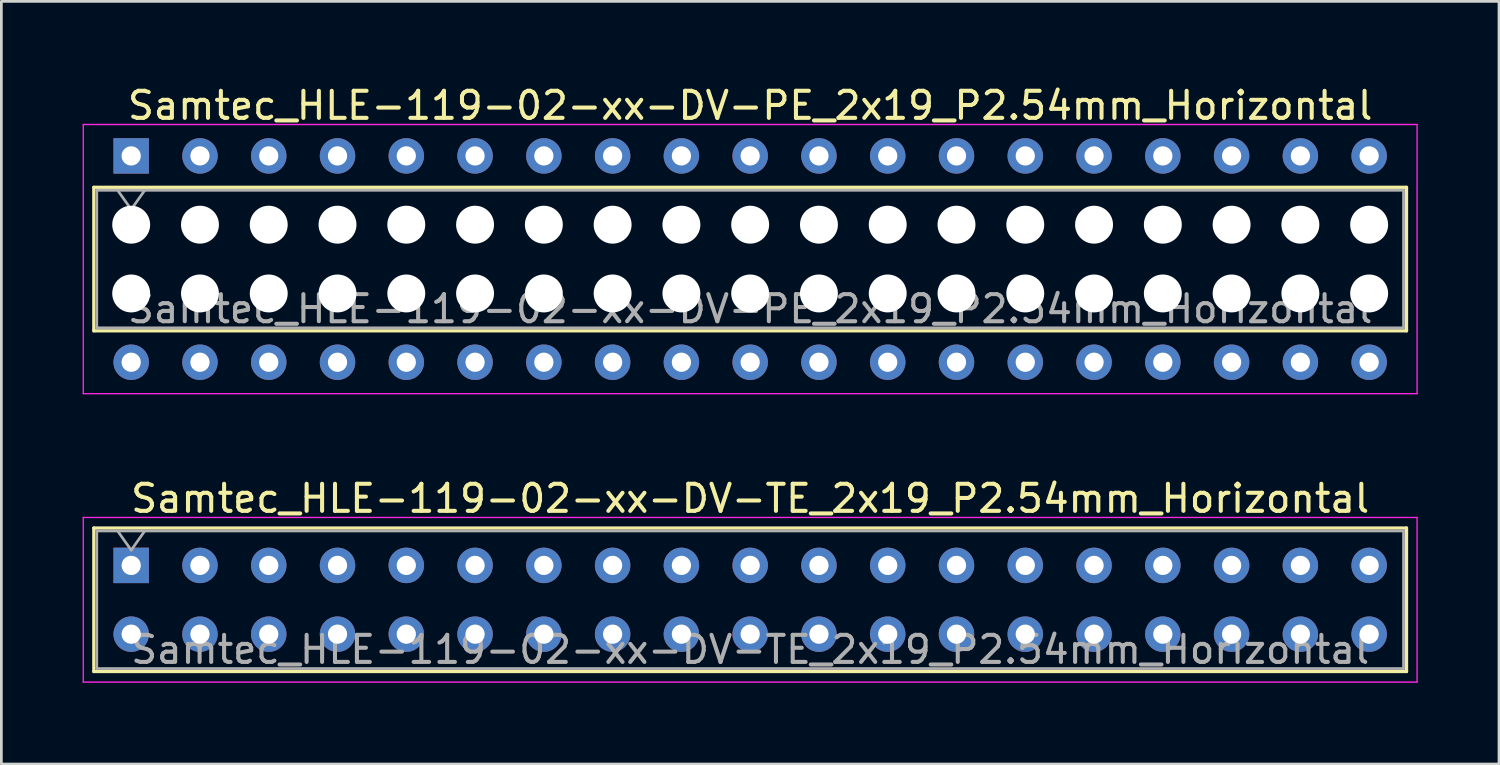
<source format=kicad_pcb>
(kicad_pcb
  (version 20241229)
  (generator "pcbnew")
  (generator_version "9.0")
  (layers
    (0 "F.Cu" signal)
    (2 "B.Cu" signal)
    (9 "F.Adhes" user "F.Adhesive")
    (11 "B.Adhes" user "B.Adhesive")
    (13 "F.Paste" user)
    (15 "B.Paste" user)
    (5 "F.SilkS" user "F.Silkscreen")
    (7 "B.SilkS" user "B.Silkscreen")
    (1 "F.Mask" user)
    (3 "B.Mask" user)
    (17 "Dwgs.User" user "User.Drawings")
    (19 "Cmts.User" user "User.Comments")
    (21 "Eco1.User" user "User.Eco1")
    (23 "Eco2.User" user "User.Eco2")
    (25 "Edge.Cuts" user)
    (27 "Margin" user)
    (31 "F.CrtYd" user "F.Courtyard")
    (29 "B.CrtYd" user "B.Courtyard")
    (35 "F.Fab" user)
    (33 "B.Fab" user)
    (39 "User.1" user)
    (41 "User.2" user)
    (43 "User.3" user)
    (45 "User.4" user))
  (footprint "Samtec_HLE-119-02-xx-DV-PE_2x19_P2.54mm_Horizontal"
    (layer "F.Cu")
    (at 1.795 2.708)
    (property "Reference" "Samtec_HLE-119-02-xx-DV-PE_2x19_P2.54mm_Horizontal" (at 22.86 -1.86 0) (layer "F.SilkS") (effects (font (size 1 1) (thickness 0.15))))
    (attr through_hole)
    (fp_line (start -1.38 1.16) (end 47.1 1.16) (stroke (width 0.12) (type solid)) (layer "F.SilkS"))
    (fp_line (start -1.38 6.46) (end -1.38 1.16) (stroke (width 0.12) (type solid)) (layer "F.SilkS"))
    (fp_line (start 47.1 1.16) (end 47.1 6.46) (stroke (width 0.12) (type solid)) (layer "F.SilkS"))
    (fp_line (start 47.1 6.46) (end -1.38 6.46) (stroke (width 0.12) (type solid)) (layer "F.SilkS"))
    (fp_line (start -1.77 -1.16) (end 47.49 -1.16) (stroke (width 0.05) (type solid)) (layer "F.CrtYd"))
    (fp_line (start -1.77 8.78) (end -1.77 -1.16) (stroke (width 0.05) (type solid)) (layer "F.CrtYd"))
    (fp_line (start 47.49 -1.16) (end 47.49 8.78) (stroke (width 0.05) (type solid)) (layer "F.CrtYd"))
    (fp_line (start 47.49 8.78) (end -1.77 8.78) (stroke (width 0.05) (type solid)) (layer "F.CrtYd"))
    (fp_line (start -1.27 1.27) (end 46.99 1.27) (stroke (width 0.1) (type solid)) (layer "F.Fab"))
    (fp_line (start -1.27 6.35) (end -1.27 1.27) (stroke (width 0.1) (type solid)) (layer "F.Fab"))
    (fp_line (start -0.5 1.27) (end 0 1.977) (stroke (width 0.1) (type solid)) (layer "F.Fab"))
    (fp_line (start 0 1.977) (end 0.5 1.27) (stroke (width 0.1) (type solid)) (layer "F.Fab"))
    (fp_line (start 46.99 1.27) (end 46.99 6.35) (stroke (width 0.1) (type solid)) (layer "F.Fab"))
    (fp_line (start 46.99 6.35) (end -1.27 6.35) (stroke (width 0.1) (type solid)) (layer "F.Fab"))
    (fp_text user "${REFERENCE}" (at 22.86 5.65 0) (layer "F.Fab") (effects (font (size 1 1) (thickness 0.15))))
    (pad "" np_thru_hole circle (at 0 2.54) (size 1.4 1.4) (drill 1.4) (layers "*.Cu" "*.Mask"))
    (pad "" np_thru_hole circle (at 0 5.08) (size 1.4 1.4) (drill 1.4) (layers "*.Cu" "*.Mask"))
    (pad "" np_thru_hole circle (at 2.54 2.54) (size 1.4 1.4) (drill 1.4) (layers "*.Cu" "*.Mask"))
    (pad "" np_thru_hole circle (at 2.54 5.08) (size 1.4 1.4) (drill 1.4) (layers "*.Cu" "*.Mask"))
    (pad "" np_thru_hole circle (at 5.08 2.54) (size 1.4 1.4) (drill 1.4) (layers "*.Cu" "*.Mask"))
    (pad "" np_thru_hole circle (at 5.08 5.08) (size 1.4 1.4) (drill 1.4) (layers "*.Cu" "*.Mask"))
    (pad "" np_thru_hole circle (at 7.62 2.54) (size 1.4 1.4) (drill 1.4) (layers "*.Cu" "*.Mask"))
    (pad "" np_thru_hole circle (at 7.62 5.08) (size 1.4 1.4) (drill 1.4) (layers "*.Cu" "*.Mask"))
    (pad "" np_thru_hole circle (at 10.16 2.54) (size 1.4 1.4) (drill 1.4) (layers "*.Cu" "*.Mask"))
    (pad "" np_thru_hole circle (at 10.16 5.08) (size 1.4 1.4) (drill 1.4) (layers "*.Cu" "*.Mask"))
    (pad "" np_thru_hole circle (at 12.7 2.54) (size 1.4 1.4) (drill 1.4) (layers "*.Cu" "*.Mask"))
    (pad "" np_thru_hole circle (at 12.7 5.08) (size 1.4 1.4) (drill 1.4) (layers "*.Cu" "*.Mask"))
    (pad "" np_thru_hole circle (at 15.24 2.54) (size 1.4 1.4) (drill 1.4) (layers "*.Cu" "*.Mask"))
    (pad "" np_thru_hole circle (at 15.24 5.08) (size 1.4 1.4) (drill 1.4) (layers "*.Cu" "*.Mask"))
    (pad "" np_thru_hole circle (at 17.78 2.54) (size 1.4 1.4) (drill 1.4) (layers "*.Cu" "*.Mask"))
    (pad "" np_thru_hole circle (at 17.78 5.08) (size 1.4 1.4) (drill 1.4) (layers "*.Cu" "*.Mask"))
    (pad "" np_thru_hole circle (at 20.32 2.54) (size 1.4 1.4) (drill 1.4) (layers "*.Cu" "*.Mask"))
    (pad "" np_thru_hole circle (at 20.32 5.08) (size 1.4 1.4) (drill 1.4) (layers "*.Cu" "*.Mask"))
    (pad "" np_thru_hole circle (at 22.86 2.54) (size 1.4 1.4) (drill 1.4) (layers "*.Cu" "*.Mask"))
    (pad "" np_thru_hole circle (at 22.86 5.08) (size 1.4 1.4) (drill 1.4) (layers "*.Cu" "*.Mask"))
    (pad "" np_thru_hole circle (at 25.4 2.54) (size 1.4 1.4) (drill 1.4) (layers "*.Cu" "*.Mask"))
    (pad "" np_thru_hole circle (at 25.4 5.08) (size 1.4 1.4) (drill 1.4) (layers "*.Cu" "*.Mask"))
    (pad "" np_thru_hole circle (at 27.94 2.54) (size 1.4 1.4) (drill 1.4) (layers "*.Cu" "*.Mask"))
    (pad "" np_thru_hole circle (at 27.94 5.08) (size 1.4 1.4) (drill 1.4) (layers "*.Cu" "*.Mask"))
    (pad "" np_thru_hole circle (at 30.48 2.54) (size 1.4 1.4) (drill 1.4) (layers "*.Cu" "*.Mask"))
    (pad "" np_thru_hole circle (at 30.48 5.08) (size 1.4 1.4) (drill 1.4) (layers "*.Cu" "*.Mask"))
    (pad "" np_thru_hole circle (at 33.02 2.54) (size 1.4 1.4) (drill 1.4) (layers "*.Cu" "*.Mask"))
    (pad "" np_thru_hole circle (at 33.02 5.08) (size 1.4 1.4) (drill 1.4) (layers "*.Cu" "*.Mask"))
    (pad "" np_thru_hole circle (at 35.56 2.54) (size 1.4 1.4) (drill 1.4) (layers "*.Cu" "*.Mask"))
    (pad "" np_thru_hole circle (at 35.56 5.08) (size 1.4 1.4) (drill 1.4) (layers "*.Cu" "*.Mask"))
    (pad "" np_thru_hole circle (at 38.1 2.54) (size 1.4 1.4) (drill 1.4) (layers "*.Cu" "*.Mask"))
    (pad "" np_thru_hole circle (at 38.1 5.08) (size 1.4 1.4) (drill 1.4) (layers "*.Cu" "*.Mask"))
    (pad "" np_thru_hole circle (at 40.64 2.54) (size 1.4 1.4) (drill 1.4) (layers "*.Cu" "*.Mask"))
    (pad "" np_thru_hole circle (at 40.64 5.08) (size 1.4 1.4) (drill 1.4) (layers "*.Cu" "*.Mask"))
    (pad "" np_thru_hole circle (at 43.18 2.54) (size 1.4 1.4) (drill 1.4) (layers "*.Cu" "*.Mask"))
    (pad "" np_thru_hole circle (at 43.18 5.08) (size 1.4 1.4) (drill 1.4) (layers "*.Cu" "*.Mask"))
    (pad "" np_thru_hole circle (at 45.72 2.54) (size 1.4 1.4) (drill 1.4) (layers "*.Cu" "*.Mask"))
    (pad "" np_thru_hole circle (at 45.72 5.08) (size 1.4 1.4) (drill 1.4) (layers "*.Cu" "*.Mask"))
    (pad "1" thru_hole rect (at 0 0) (size 1.31 1.31) (drill 0.71) (layers "*.Cu" "*.Mask"))
    (pad "2" thru_hole circle (at 0 7.62) (size 1.31 1.31) (drill 0.71) (layers "*.Cu" "*.Mask"))
    (pad "3" thru_hole circle (at 2.54 0) (size 1.31 1.31) (drill 0.71) (layers "*.Cu" "*.Mask"))
    (pad "4" thru_hole circle (at 2.54 7.62) (size 1.31 1.31) (drill 0.71) (layers "*.Cu" "*.Mask"))
    (pad "5" thru_hole circle (at 5.08 0) (size 1.31 1.31) (drill 0.71) (layers "*.Cu" "*.Mask"))
    (pad "6" thru_hole circle (at 5.08 7.62) (size 1.31 1.31) (drill 0.71) (layers "*.Cu" "*.Mask"))
    (pad "7" thru_hole circle (at 7.62 0) (size 1.31 1.31) (drill 0.71) (layers "*.Cu" "*.Mask"))
    (pad "8" thru_hole circle (at 7.62 7.62) (size 1.31 1.31) (drill 0.71) (layers "*.Cu" "*.Mask"))
    (pad "9" thru_hole circle (at 10.16 0) (size 1.31 1.31) (drill 0.71) (layers "*.Cu" "*.Mask"))
    (pad "10" thru_hole circle (at 10.16 7.62) (size 1.31 1.31) (drill 0.71) (layers "*.Cu" "*.Mask"))
    (pad "11" thru_hole circle (at 12.7 0) (size 1.31 1.31) (drill 0.71) (layers "*.Cu" "*.Mask"))
    (pad "12" thru_hole circle (at 12.7 7.62) (size 1.31 1.31) (drill 0.71) (layers "*.Cu" "*.Mask"))
    (pad "13" thru_hole circle (at 15.24 0) (size 1.31 1.31) (drill 0.71) (layers "*.Cu" "*.Mask"))
    (pad "14" thru_hole circle (at 15.24 7.62) (size 1.31 1.31) (drill 0.71) (layers "*.Cu" "*.Mask"))
    (pad "15" thru_hole circle (at 17.78 0) (size 1.31 1.31) (drill 0.71) (layers "*.Cu" "*.Mask"))
    (pad "16" thru_hole circle (at 17.78 7.62) (size 1.31 1.31) (drill 0.71) (layers "*.Cu" "*.Mask"))
    (pad "17" thru_hole circle (at 20.32 0) (size 1.31 1.31) (drill 0.71) (layers "*.Cu" "*.Mask"))
    (pad "18" thru_hole circle (at 20.32 7.62) (size 1.31 1.31) (drill 0.71) (layers "*.Cu" "*.Mask"))
    (pad "19" thru_hole circle (at 22.86 0) (size 1.31 1.31) (drill 0.71) (layers "*.Cu" "*.Mask"))
    (pad "20" thru_hole circle (at 22.86 7.62) (size 1.31 1.31) (drill 0.71) (layers "*.Cu" "*.Mask"))
    (pad "21" thru_hole circle (at 25.4 0) (size 1.31 1.31) (drill 0.71) (layers "*.Cu" "*.Mask"))
    (pad "22" thru_hole circle (at 25.4 7.62) (size 1.31 1.31) (drill 0.71) (layers "*.Cu" "*.Mask"))
    (pad "23" thru_hole circle (at 27.94 0) (size 1.31 1.31) (drill 0.71) (layers "*.Cu" "*.Mask"))
    (pad "24" thru_hole circle (at 27.94 7.62) (size 1.31 1.31) (drill 0.71) (layers "*.Cu" "*.Mask"))
    (pad "25" thru_hole circle (at 30.48 0) (size 1.31 1.31) (drill 0.71) (layers "*.Cu" "*.Mask"))
    (pad "26" thru_hole circle (at 30.48 7.62) (size 1.31 1.31) (drill 0.71) (layers "*.Cu" "*.Mask"))
    (pad "27" thru_hole circle (at 33.02 0) (size 1.31 1.31) (drill 0.71) (layers "*.Cu" "*.Mask"))
    (pad "28" thru_hole circle (at 33.02 7.62) (size 1.31 1.31) (drill 0.71) (layers "*.Cu" "*.Mask"))
    (pad "29" thru_hole circle (at 35.56 0) (size 1.31 1.31) (drill 0.71) (layers "*.Cu" "*.Mask"))
    (pad "30" thru_hole circle (at 35.56 7.62) (size 1.31 1.31) (drill 0.71) (layers "*.Cu" "*.Mask"))
    (pad "31" thru_hole circle (at 38.1 0) (size 1.31 1.31) (drill 0.71) (layers "*.Cu" "*.Mask"))
    (pad "32" thru_hole circle (at 38.1 7.62) (size 1.31 1.31) (drill 0.71) (layers "*.Cu" "*.Mask"))
    (pad "33" thru_hole circle (at 40.64 0) (size 1.31 1.31) (drill 0.71) (layers "*.Cu" "*.Mask"))
    (pad "34" thru_hole circle (at 40.64 7.62) (size 1.31 1.31) (drill 0.71) (layers "*.Cu" "*.Mask"))
    (pad "35" thru_hole circle (at 43.18 0) (size 1.31 1.31) (drill 0.71) (layers "*.Cu" "*.Mask"))
    (pad "36" thru_hole circle (at 43.18 7.62) (size 1.31 1.31) (drill 0.71) (layers "*.Cu" "*.Mask"))
    (pad "37" thru_hole circle (at 45.72 0) (size 1.31 1.31) (drill 0.71) (layers "*.Cu" "*.Mask"))
    (pad "38" thru_hole circle (at 45.72 7.62) (size 1.31 1.31) (drill 0.71) (layers "*.Cu" "*.Mask")))
  (footprint "Samtec_HLE-119-02-xx-DV-TE_2x19_P2.54mm_Horizontal"
    (layer "F.Cu")
    (at 1.795 17.831)
    (property "Reference" "Samtec_HLE-119-02-xx-DV-TE_2x19_P2.54mm_Horizontal" (at 22.86 -2.47 0) (layer "F.SilkS") (effects (font (size 1 1) (thickness 0.15))))
    (attr through_hole)
    (fp_line (start -1.38 -1.38) (end 47.1 -1.38) (stroke (width 0.12) (type solid)) (layer "F.SilkS"))
    (fp_line (start -1.38 3.92) (end -1.38 -1.38) (stroke (width 0.12) (type solid)) (layer "F.SilkS"))
    (fp_line (start 47.1 -1.38) (end 47.1 3.92) (stroke (width 0.12) (type solid)) (layer "F.SilkS"))
    (fp_line (start 47.1 3.92) (end -1.38 3.92) (stroke (width 0.12) (type solid)) (layer "F.SilkS"))
    (fp_line (start -1.77 -1.77) (end 47.49 -1.77) (stroke (width 0.05) (type solid)) (layer "F.CrtYd"))
    (fp_line (start -1.77 4.31) (end -1.77 -1.77) (stroke (width 0.05) (type solid)) (layer "F.CrtYd"))
    (fp_line (start 47.49 -1.77) (end 47.49 4.31) (stroke (width 0.05) (type solid)) (layer "F.CrtYd"))
    (fp_line (start 47.49 4.31) (end -1.77 4.31) (stroke (width 0.05) (type solid)) (layer "F.CrtYd"))
    (fp_line (start -1.27 -1.27) (end 46.99 -1.27) (stroke (width 0.1) (type solid)) (layer "F.Fab"))
    (fp_line (start -1.27 3.81) (end -1.27 -1.27) (stroke (width 0.1) (type solid)) (layer "F.Fab"))
    (fp_line (start -0.5 -1.27) (end 0 -0.563) (stroke (width 0.1) (type solid)) (layer "F.Fab"))
    (fp_line (start 0 -0.563) (end 0.5 -1.27) (stroke (width 0.1) (type solid)) (layer "F.Fab"))
    (fp_line (start 46.99 -1.27) (end 46.99 3.81) (stroke (width 0.1) (type solid)) (layer "F.Fab"))
    (fp_line (start 46.99 3.81) (end -1.27 3.81) (stroke (width 0.1) (type solid)) (layer "F.Fab"))
    (fp_text user "${REFERENCE}" (at 22.86 3.11 0) (layer "F.Fab") (effects (font (size 1 1) (thickness 0.15))))
    (pad "1" thru_hole rect (at 0 0) (size 1.31 1.31) (drill 0.71) (layers "*.Cu" "*.Mask"))
    (pad "2" thru_hole circle (at 0 2.54) (size 1.31 1.31) (drill 0.71) (layers "*.Cu" "*.Mask"))
    (pad "3" thru_hole circle (at 2.54 0) (size 1.31 1.31) (drill 0.71) (layers "*.Cu" "*.Mask"))
    (pad "4" thru_hole circle (at 2.54 2.54) (size 1.31 1.31) (drill 0.71) (layers "*.Cu" "*.Mask"))
    (pad "5" thru_hole circle (at 5.08 0) (size 1.31 1.31) (drill 0.71) (layers "*.Cu" "*.Mask"))
    (pad "6" thru_hole circle (at 5.08 2.54) (size 1.31 1.31) (drill 0.71) (layers "*.Cu" "*.Mask"))
    (pad "7" thru_hole circle (at 7.62 0) (size 1.31 1.31) (drill 0.71) (layers "*.Cu" "*.Mask"))
    (pad "8" thru_hole circle (at 7.62 2.54) (size 1.31 1.31) (drill 0.71) (layers "*.Cu" "*.Mask"))
    (pad "9" thru_hole circle (at 10.16 0) (size 1.31 1.31) (drill 0.71) (layers "*.Cu" "*.Mask"))
    (pad "10" thru_hole circle (at 10.16 2.54) (size 1.31 1.31) (drill 0.71) (layers "*.Cu" "*.Mask"))
    (pad "11" thru_hole circle (at 12.7 0) (size 1.31 1.31) (drill 0.71) (layers "*.Cu" "*.Mask"))
    (pad "12" thru_hole circle (at 12.7 2.54) (size 1.31 1.31) (drill 0.71) (layers "*.Cu" "*.Mask"))
    (pad "13" thru_hole circle (at 15.24 0) (size 1.31 1.31) (drill 0.71) (layers "*.Cu" "*.Mask"))
    (pad "14" thru_hole circle (at 15.24 2.54) (size 1.31 1.31) (drill 0.71) (layers "*.Cu" "*.Mask"))
    (pad "15" thru_hole circle (at 17.78 0) (size 1.31 1.31) (drill 0.71) (layers "*.Cu" "*.Mask"))
    (pad "16" thru_hole circle (at 17.78 2.54) (size 1.31 1.31) (drill 0.71) (layers "*.Cu" "*.Mask"))
    (pad "17" thru_hole circle (at 20.32 0) (size 1.31 1.31) (drill 0.71) (layers "*.Cu" "*.Mask"))
    (pad "18" thru_hole circle (at 20.32 2.54) (size 1.31 1.31) (drill 0.71) (layers "*.Cu" "*.Mask"))
    (pad "19" thru_hole circle (at 22.86 0) (size 1.31 1.31) (drill 0.71) (layers "*.Cu" "*.Mask"))
    (pad "20" thru_hole circle (at 22.86 2.54) (size 1.31 1.31) (drill 0.71) (layers "*.Cu" "*.Mask"))
    (pad "21" thru_hole circle (at 25.4 0) (size 1.31 1.31) (drill 0.71) (layers "*.Cu" "*.Mask"))
    (pad "22" thru_hole circle (at 25.4 2.54) (size 1.31 1.31) (drill 0.71) (layers "*.Cu" "*.Mask"))
    (pad "23" thru_hole circle (at 27.94 0) (size 1.31 1.31) (drill 0.71) (layers "*.Cu" "*.Mask"))
    (pad "24" thru_hole circle (at 27.94 2.54) (size 1.31 1.31) (drill 0.71) (layers "*.Cu" "*.Mask"))
    (pad "25" thru_hole circle (at 30.48 0) (size 1.31 1.31) (drill 0.71) (layers "*.Cu" "*.Mask"))
    (pad "26" thru_hole circle (at 30.48 2.54) (size 1.31 1.31) (drill 0.71) (layers "*.Cu" "*.Mask"))
    (pad "27" thru_hole circle (at 33.02 0) (size 1.31 1.31) (drill 0.71) (layers "*.Cu" "*.Mask"))
    (pad "28" thru_hole circle (at 33.02 2.54) (size 1.31 1.31) (drill 0.71) (layers "*.Cu" "*.Mask"))
    (pad "29" thru_hole circle (at 35.56 0) (size 1.31 1.31) (drill 0.71) (layers "*.Cu" "*.Mask"))
    (pad "30" thru_hole circle (at 35.56 2.54) (size 1.31 1.31) (drill 0.71) (layers "*.Cu" "*.Mask"))
    (pad "31" thru_hole circle (at 38.1 0) (size 1.31 1.31) (drill 0.71) (layers "*.Cu" "*.Mask"))
    (pad "32" thru_hole circle (at 38.1 2.54) (size 1.31 1.31) (drill 0.71) (layers "*.Cu" "*.Mask"))
    (pad "33" thru_hole circle (at 40.64 0) (size 1.31 1.31) (drill 0.71) (layers "*.Cu" "*.Mask"))
    (pad "34" thru_hole circle (at 40.64 2.54) (size 1.31 1.31) (drill 0.71) (layers "*.Cu" "*.Mask"))
    (pad "35" thru_hole circle (at 43.18 0) (size 1.31 1.31) (drill 0.71) (layers "*.Cu" "*.Mask"))
    (pad "36" thru_hole circle (at 43.18 2.54) (size 1.31 1.31) (drill 0.71) (layers "*.Cu" "*.Mask"))
    (pad "37" thru_hole circle (at 45.72 0) (size 1.31 1.31) (drill 0.71) (layers "*.Cu" "*.Mask"))
    (pad "38" thru_hole circle (at 45.72 2.54) (size 1.31 1.31) (drill 0.71) (layers "*.Cu" "*.Mask")))
  (gr_rect
    (start -3 -3)
    (end 52.31 25.166)
    (stroke (width 0.1) (type default))
    (fill no)
    (layer "Edge.Cuts")))
</source>
